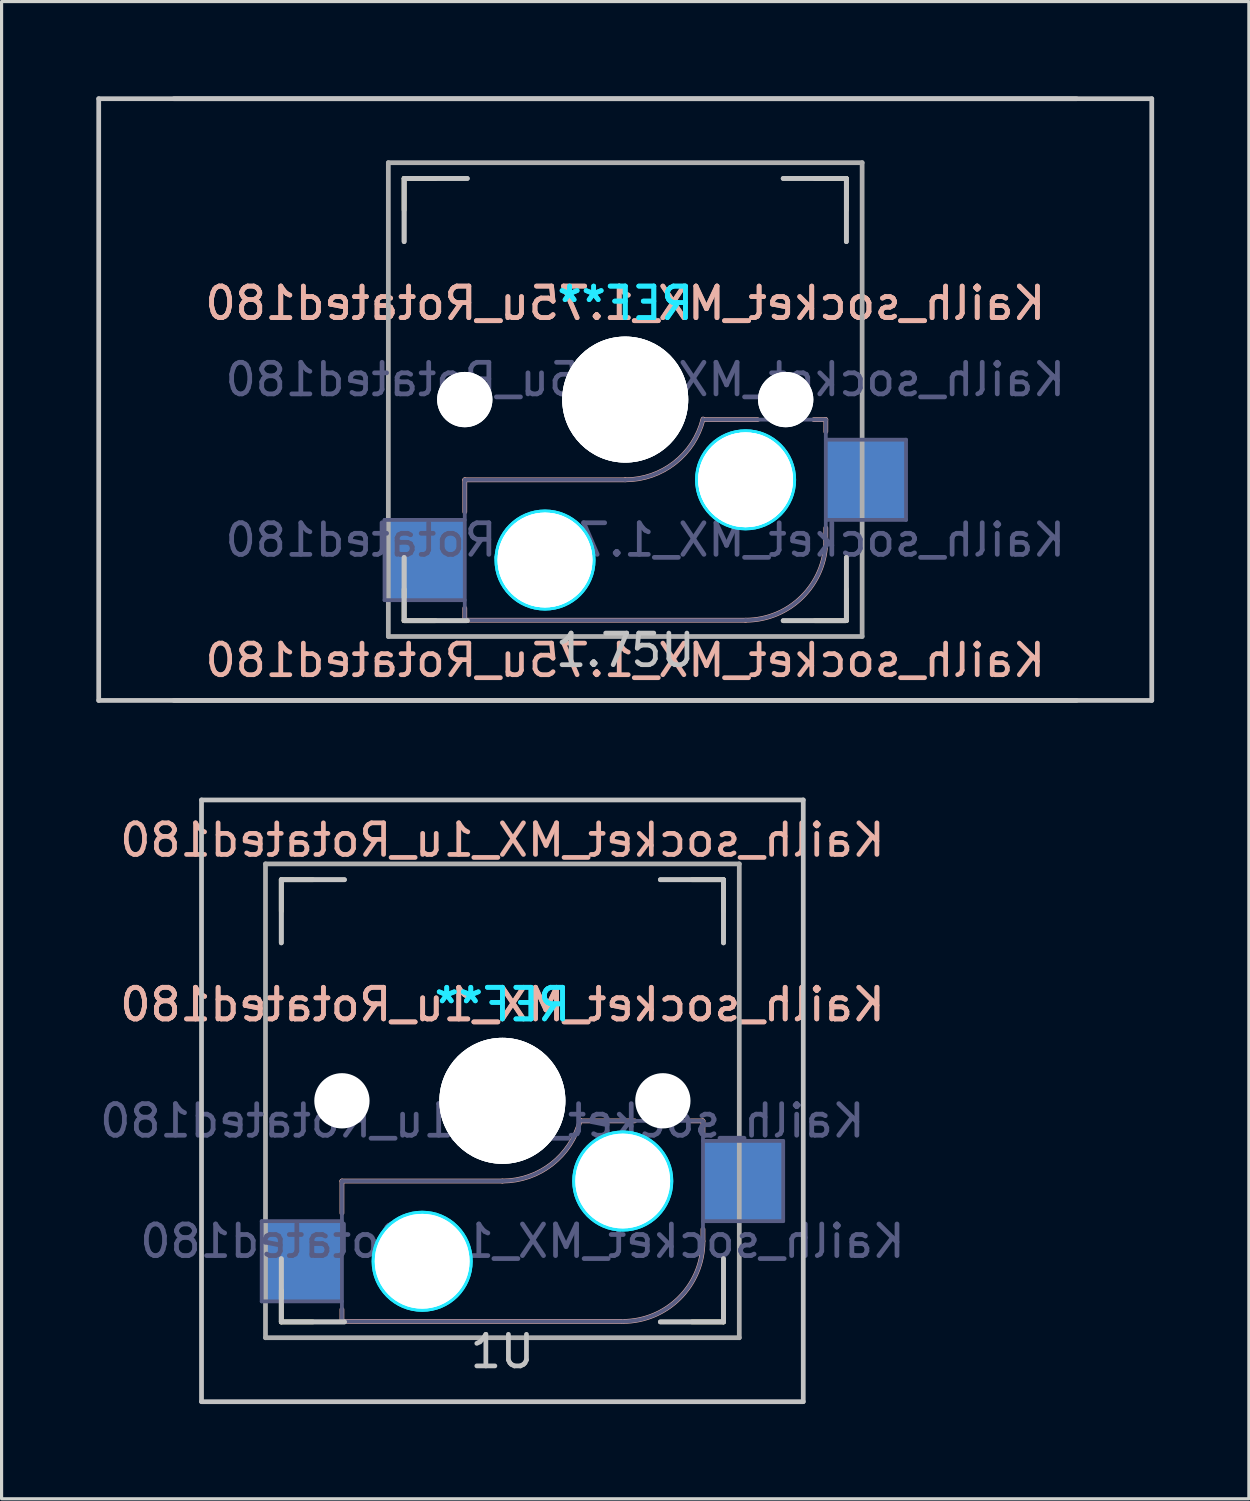
<source format=kicad_pcb>
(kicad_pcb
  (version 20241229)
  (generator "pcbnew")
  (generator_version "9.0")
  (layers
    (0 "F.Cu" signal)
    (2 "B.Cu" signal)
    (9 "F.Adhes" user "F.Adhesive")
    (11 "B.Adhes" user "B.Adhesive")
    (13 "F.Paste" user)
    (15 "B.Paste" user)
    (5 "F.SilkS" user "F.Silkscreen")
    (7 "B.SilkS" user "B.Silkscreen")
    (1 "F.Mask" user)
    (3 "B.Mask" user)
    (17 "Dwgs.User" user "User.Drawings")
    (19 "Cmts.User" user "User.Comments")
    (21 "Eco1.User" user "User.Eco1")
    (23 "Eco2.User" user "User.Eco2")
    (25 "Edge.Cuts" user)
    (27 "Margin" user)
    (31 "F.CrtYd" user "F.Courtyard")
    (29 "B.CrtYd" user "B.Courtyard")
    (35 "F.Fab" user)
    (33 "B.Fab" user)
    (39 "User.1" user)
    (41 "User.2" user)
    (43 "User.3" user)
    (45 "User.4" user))
  (footprint "Kailh_socket_MX_1u_Rotated180"
    (layer "F.Cu")
    (at 12.855 31.8)
    (property "Reference" "Kailh_socket_MX_1u_Rotated180" (at 0 -8.255 0) (layer "B.SilkS") (effects (font (size 1 1) (thickness 0.15)) (justify mirror)))
    (property "Value" "Kailh_socket_MX_1u_Rotated180" (at 0 8.255 0) (layer "F.Fab") (hide yes) (effects (font (size 1 1) (thickness 0.15))))
    (attr smd)
    (fp_line (start -7 -6) (end -7 -7) (stroke (width 0.15) (type solid)) (layer "F.SilkS"))
    (fp_line (start -7 7) (end -7 6) (stroke (width 0.15) (type solid)) (layer "F.SilkS"))
    (fp_line (start -7 7) (end -6 7) (stroke (width 0.15) (type solid)) (layer "F.SilkS"))
    (fp_line (start -6 -7) (end -7 -7) (stroke (width 0.15) (type solid)) (layer "F.SilkS"))
    (fp_line (start 6 7) (end 7 7) (stroke (width 0.15) (type solid)) (layer "F.SilkS"))
    (fp_line (start 7 -7) (end 6 -7) (stroke (width 0.15) (type solid)) (layer "F.SilkS"))
    (fp_line (start 7 -7) (end 7 -6) (stroke (width 0.15) (type solid)) (layer "F.SilkS"))
    (fp_line (start 7 6) (end 7 7) (stroke (width 0.15) (type solid)) (layer "F.SilkS"))
    (fp_line (start -5.08 2.54) (end 0 2.54) (stroke (width 0.15) (type solid)) (layer "B.SilkS"))
    (fp_line (start -5.08 3.556) (end -5.08 2.54) (stroke (width 0.15) (type solid)) (layer "B.SilkS"))
    (fp_line (start -5.08 6.985) (end -5.08 6.604) (stroke (width 0.15) (type solid)) (layer "B.SilkS"))
    (fp_line (start 2.464 0.635) (end 4.191 0.635) (stroke (width 0.15) (type solid)) (layer "B.SilkS"))
    (fp_line (start 3.81 6.985) (end -5.08 6.985) (stroke (width 0.15) (type solid)) (layer "B.SilkS"))
    (fp_line (start 5.969 0.635) (end 6.35 0.635) (stroke (width 0.15) (type solid)) (layer "B.SilkS"))
    (fp_line (start 6.35 1.016) (end 6.35 0.635) (stroke (width 0.15) (type solid)) (layer "B.SilkS"))
    (fp_line (start 6.35 4.445) (end 6.35 4.064) (stroke (width 0.15) (type solid)) (layer "B.SilkS"))
    (fp_arc (start 2.464162 0.61604) (mid 1.563147 2.002042) (end 0 2.54) (stroke (width 0.15) (type solid)) (layer "B.SilkS"))
    (fp_arc (start 6.35 4.445) (mid 5.606051 6.241051) (end 3.81 6.985) (stroke (width 0.15) (type solid)) (layer "B.SilkS"))
    (fp_line (start -9.525 -9.525) (end 9.525 -9.525) (stroke (width 0.15) (type solid)) (layer "Dwgs.User"))
    (fp_line (start -9.525 9.525) (end -9.525 -9.525) (stroke (width 0.15) (type solid)) (layer "Dwgs.User"))
    (fp_line (start -7 -7) (end -7 -5) (stroke (width 0.15) (type solid)) (layer "Dwgs.User"))
    (fp_line (start -7 -7) (end -7 -5) (stroke (width 0.15) (type solid)) (layer "Dwgs.User"))
    (fp_line (start -7 7) (end -7 5) (stroke (width 0.15) (type solid)) (layer "Dwgs.User"))
    (fp_line (start -7 7) (end -7 5) (stroke (width 0.15) (type solid)) (layer "Dwgs.User"))
    (fp_line (start -5 -7) (end -7 -7) (stroke (width 0.15) (type solid)) (layer "Dwgs.User"))
    (fp_line (start -5 -7) (end -7 -7) (stroke (width 0.15) (type solid)) (layer "Dwgs.User"))
    (fp_line (start -5 7) (end -7 7) (stroke (width 0.15) (type solid)) (layer "Dwgs.User"))
    (fp_line (start -5 7) (end -7 7) (stroke (width 0.15) (type solid)) (layer "Dwgs.User"))
    (fp_line (start 5 7) (end 7 7) (stroke (width 0.15) (type solid)) (layer "Dwgs.User"))
    (fp_line (start 5 7) (end 7 7) (stroke (width 0.15) (type solid)) (layer "Dwgs.User"))
    (fp_line (start 7 -7) (end 5 -7) (stroke (width 0.15) (type solid)) (layer "Dwgs.User"))
    (fp_line (start 7 -7) (end 5 -7) (stroke (width 0.15) (type solid)) (layer "Dwgs.User"))
    (fp_line (start 7 -5) (end 7 -7) (stroke (width 0.15) (type solid)) (layer "Dwgs.User"))
    (fp_line (start 7 -5) (end 7 -7) (stroke (width 0.15) (type solid)) (layer "Dwgs.User"))
    (fp_line (start 7 7) (end 7 5) (stroke (width 0.15) (type solid)) (layer "Dwgs.User"))
    (fp_line (start 7 7) (end 7 5) (stroke (width 0.15) (type solid)) (layer "Dwgs.User"))
    (fp_line (start 9.525 -9.525) (end 9.525 9.525) (stroke (width 0.15) (type solid)) (layer "Dwgs.User"))
    (fp_line (start 9.525 9.525) (end -9.525 9.525) (stroke (width 0.15) (type solid)) (layer "Dwgs.User"))
    (fp_line (start -6.9 6.9) (end -6.9 -6.9) (stroke (width 0.15) (type solid)) (layer "Eco2.User"))
    (fp_line (start -6.9 6.9) (end 6.9 6.9) (stroke (width 0.15) (type solid)) (layer "Eco2.User"))
    (fp_line (start 6.9 -6.9) (end -6.9 -6.9) (stroke (width 0.15) (type solid)) (layer "Eco2.User"))
    (fp_line (start 6.9 -6.9) (end 6.9 6.9) (stroke (width 0.15) (type solid)) (layer "Eco2.User"))
    (fp_circle (center -2.54 5.08) (end -2.54 6.604) (stroke (width 0.15) (type solid)) (fill no) (layer "B.CrtYd"))
    (fp_circle (center -2.54 5.08) (end -2.54 6.604) (stroke (width 0.15) (type solid)) (fill no) (layer "B.CrtYd"))
    (fp_circle (center 3.81 2.54) (end 3.81 4.064) (stroke (width 0.15) (type solid)) (fill no) (layer "B.CrtYd"))
    (fp_circle (center 3.81 2.54) (end 3.81 4.064) (stroke (width 0.15) (type solid)) (fill no) (layer "B.CrtYd"))
    (fp_line (start -7.62 3.81) (end -5.08 3.81) (stroke (width 0.12) (type solid)) (layer "B.Fab"))
    (fp_line (start -7.62 6.35) (end -7.62 3.81) (stroke (width 0.12) (type solid)) (layer "B.Fab"))
    (fp_line (start -5.08 2.54) (end 0 2.54) (stroke (width 0.12) (type solid)) (layer "B.Fab"))
    (fp_line (start -5.08 6.35) (end -7.62 6.35) (stroke (width 0.12) (type solid)) (layer "B.Fab"))
    (fp_line (start -5.08 6.985) (end -5.08 2.54) (stroke (width 0.12) (type solid)) (layer "B.Fab"))
    (fp_line (start 3.81 6.985) (end -5.08 6.985) (stroke (width 0.12) (type solid)) (layer "B.Fab"))
    (fp_line (start 6.35 0.635) (end 2.54 0.635) (stroke (width 0.12) (type solid)) (layer "B.Fab"))
    (fp_line (start 6.35 0.635) (end 6.35 4.445) (stroke (width 0.12) (type solid)) (layer "B.Fab"))
    (fp_line (start 6.35 1.27) (end 8.89 1.27) (stroke (width 0.12) (type solid)) (layer "B.Fab"))
    (fp_line (start 8.89 1.27) (end 8.89 3.81) (stroke (width 0.12) (type solid)) (layer "B.Fab"))
    (fp_line (start 8.89 3.81) (end 6.35 3.81) (stroke (width 0.12) (type solid)) (layer "B.Fab"))
    (fp_arc (start 2.464162 0.61604) (mid 1.563147 2.002042) (end 0 2.54) (stroke (width 0.12) (type solid)) (layer "B.Fab"))
    (fp_arc (start 6.35 4.445) (mid 5.606051 6.241051) (end 3.81 6.985) (stroke (width 0.12) (type solid)) (layer "B.Fab"))
    (fp_line (start -7.5 -7.5) (end 7.5 -7.5) (stroke (width 0.15) (type solid)) (layer "F.Fab"))
    (fp_line (start -7.5 7.5) (end -7.5 -7.5) (stroke (width 0.15) (type solid)) (layer "F.Fab"))
    (fp_line (start 7.5 -7.5) (end 7.5 7.5) (stroke (width 0.15) (type solid)) (layer "F.Fab"))
    (fp_line (start 7.5 7.5) (end -7.5 7.5) (stroke (width 0.15) (type solid)) (layer "F.Fab"))
    (fp_text user "${REFERENCE}" (at 0 -3.048 180) (layer "B.SilkS") (effects (font (size 1 1) (thickness 0.15)) (justify mirror)))
    (fp_text user "${REFERENCE}" (at 0 -3.048 180) (layer "B.SilkS") (effects (font (size 1 1) (thickness 0.15)) (justify mirror)))
    (fp_text user "1U" (at 0 7.938 180) (layer "Dwgs.User") (effects (font (size 1 1) (thickness 0.15))))
    (fp_text user "REF**" (at 0 -3.048 180) (layer "B.CrtYd") (effects (font (size 1 1) (thickness 0.15)) (justify mirror)))
    (fp_text user "REF**" (at 0 -3.048 180) (layer "B.CrtYd") (effects (font (size 1 1) (thickness 0.15)) (justify mirror)))
    (fp_text user "${REFERENCE}" (at 0.635 4.445 180) (layer "B.Fab") (effects (font (size 1 1) (thickness 0.15)) (justify mirror)))
    (fp_text user "${VALUE}" (at -0.635 0.635 0) (layer "B.Fab") (effects (font (size 1 1) (thickness 0.15)) (justify mirror)))
    (pad "" np_thru_hole circle (at -5.08 0 180) (size 1.702 1.702) (drill 1.702) (layers "*.Cu" "*.Mask"))
    (pad "" np_thru_hole circle (at -5.08 0 228.1) (size 1.75 1.75) (drill 1.75) (layers "*.Cu" "*.Mask"))
    (pad "" np_thru_hole circle (at -2.54 5.08 180) (size 3 3) (drill 3) (layers "*.Cu" "*.Mask"))
    (pad "" np_thru_hole circle (at -2.54 5.08 180) (size 3 3) (drill 3) (layers "*.Cu" "*.Mask"))
    (pad "" np_thru_hole circle (at 0 0 180) (size 3.988 3.988) (drill 3.988) (layers "*.Cu" "*.Mask"))
    (pad "" np_thru_hole circle (at 0 0 180) (size 3.988 3.988) (drill 3.988) (layers "*.Cu" "*.Mask"))
    (pad "" np_thru_hole circle (at 0 0 180) (size 3.988 3.988) (drill 3.988) (layers "*.Cu" "*.Mask"))
    (pad "" np_thru_hole circle (at 3.81 2.54 180) (size 3 3) (drill 3) (layers "*.Cu" "*.Mask"))
    (pad "" np_thru_hole circle (at 3.81 2.54 180) (size 3 3) (drill 3) (layers "*.Cu" "*.Mask"))
    (pad "" np_thru_hole circle (at 5.08 0 180) (size 1.702 1.702) (drill 1.702) (layers "*.Cu" "*.Mask"))
    (pad "" np_thru_hole circle (at 5.08 0 228.1) (size 1.75 1.75) (drill 1.75) (layers "*.Cu" "*.Mask"))
    (pad "1" smd rect (at 7.62 2.54 180) (size 2.55 2.5) (layers "B.Cu" "B.Mask" "B.Paste"))
    (pad "2" smd rect (at -6.35 5.08 180) (size 2.55 2.5) (layers "B.Cu" "B.Mask" "B.Paste")))
  (footprint "Kailh_socket_MX_1.75u_Rotated180"
    (layer "F.Cu")
    (at 16.744 9.6)
    (property "Reference" "Kailh_socket_MX_1.75u_Rotated180" (at 0 8.255 180) (layer "B.SilkS") (effects (font (size 1 1) (thickness 0.15)) (justify mirror)))
    (property "Value" "Kailh_socket_MX_1.75u_Rotated180" (at 0 8.255 0) (layer "F.Fab") (hide yes) (effects (font (size 1 1) (thickness 0.15))))
    (attr smd)
    (fp_line (start -7 -6) (end -7 -7) (stroke (width 0.15) (type solid)) (layer "F.SilkS"))
    (fp_line (start -7 7) (end -7 6) (stroke (width 0.15) (type solid)) (layer "F.SilkS"))
    (fp_line (start -7 7) (end -6 7) (stroke (width 0.15) (type solid)) (layer "F.SilkS"))
    (fp_line (start -6 -7) (end -7 -7) (stroke (width 0.15) (type solid)) (layer "F.SilkS"))
    (fp_line (start 6 7) (end 7 7) (stroke (width 0.15) (type solid)) (layer "F.SilkS"))
    (fp_line (start 7 -7) (end 6 -7) (stroke (width 0.15) (type solid)) (layer "F.SilkS"))
    (fp_line (start 7 -7) (end 7 -6) (stroke (width 0.15) (type solid)) (layer "F.SilkS"))
    (fp_line (start 7 6) (end 7 7) (stroke (width 0.15) (type solid)) (layer "F.SilkS"))
    (fp_line (start -5.08 2.54) (end 0 2.54) (stroke (width 0.15) (type solid)) (layer "B.SilkS"))
    (fp_line (start -5.08 3.556) (end -5.08 2.54) (stroke (width 0.15) (type solid)) (layer "B.SilkS"))
    (fp_line (start -5.08 6.985) (end -5.08 6.604) (stroke (width 0.15) (type solid)) (layer "B.SilkS"))
    (fp_line (start 2.464 0.635) (end 4.191 0.635) (stroke (width 0.15) (type solid)) (layer "B.SilkS"))
    (fp_line (start 3.81 6.985) (end -5.08 6.985) (stroke (width 0.15) (type solid)) (layer "B.SilkS"))
    (fp_line (start 5.969 0.635) (end 6.35 0.635) (stroke (width 0.15) (type solid)) (layer "B.SilkS"))
    (fp_line (start 6.35 1.016) (end 6.35 0.635) (stroke (width 0.15) (type solid)) (layer "B.SilkS"))
    (fp_line (start 6.35 4.445) (end 6.35 4.064) (stroke (width 0.15) (type solid)) (layer "B.SilkS"))
    (fp_arc (start 2.464162 0.61604) (mid 1.563147 2.002042) (end 0 2.54) (stroke (width 0.15) (type solid)) (layer "B.SilkS"))
    (fp_arc (start 6.35 4.445) (mid 5.606051 6.241051) (end 3.81 6.985) (stroke (width 0.15) (type solid)) (layer "B.SilkS"))
    (fp_line (start -16.669 -9.525) (end 16.669 -9.525) (stroke (width 0.15) (type solid)) (layer "Dwgs.User"))
    (fp_line (start -16.669 9.525) (end -16.669 -9.525) (stroke (width 0.15) (type solid)) (layer "Dwgs.User"))
    (fp_line (start -14.287 -9.525) (end 14.287 -9.525) (stroke (width 0.15) (type solid)) (layer "Dwgs.User"))
    (fp_line (start -7 -7) (end -7 -5) (stroke (width 0.15) (type solid)) (layer "Dwgs.User"))
    (fp_line (start -7 -7) (end -7 -5) (stroke (width 0.15) (type solid)) (layer "Dwgs.User"))
    (fp_line (start -7 7) (end -7 5) (stroke (width 0.15) (type solid)) (layer "Dwgs.User"))
    (fp_line (start -7 7) (end -7 5) (stroke (width 0.15) (type solid)) (layer "Dwgs.User"))
    (fp_line (start -5 -7) (end -7 -7) (stroke (width 0.15) (type solid)) (layer "Dwgs.User"))
    (fp_line (start -5 -7) (end -7 -7) (stroke (width 0.15) (type solid)) (layer "Dwgs.User"))
    (fp_line (start -5 7) (end -7 7) (stroke (width 0.15) (type solid)) (layer "Dwgs.User"))
    (fp_line (start -5 7) (end -7 7) (stroke (width 0.15) (type solid)) (layer "Dwgs.User"))
    (fp_line (start 5 7) (end 7 7) (stroke (width 0.15) (type solid)) (layer "Dwgs.User"))
    (fp_line (start 5 7) (end 7 7) (stroke (width 0.15) (type solid)) (layer "Dwgs.User"))
    (fp_line (start 7 -7) (end 5 -7) (stroke (width 0.15) (type solid)) (layer "Dwgs.User"))
    (fp_line (start 7 -7) (end 5 -7) (stroke (width 0.15) (type solid)) (layer "Dwgs.User"))
    (fp_line (start 7 -5) (end 7 -7) (stroke (width 0.15) (type solid)) (layer "Dwgs.User"))
    (fp_line (start 7 -5) (end 7 -7) (stroke (width 0.15) (type solid)) (layer "Dwgs.User"))
    (fp_line (start 7 7) (end 7 5) (stroke (width 0.15) (type solid)) (layer "Dwgs.User"))
    (fp_line (start 7 7) (end 7 5) (stroke (width 0.15) (type solid)) (layer "Dwgs.User"))
    (fp_line (start 14.287 9.525) (end -14.287 9.525) (stroke (width 0.15) (type solid)) (layer "Dwgs.User"))
    (fp_line (start 16.669 -9.525) (end 16.669 9.525) (stroke (width 0.15) (type solid)) (layer "Dwgs.User"))
    (fp_line (start 16.669 9.525) (end -16.669 9.525) (stroke (width 0.15) (type solid)) (layer "Dwgs.User"))
    (fp_line (start -6.9 6.9) (end -6.9 -6.9) (stroke (width 0.15) (type solid)) (layer "Eco2.User"))
    (fp_line (start -6.9 6.9) (end 6.9 6.9) (stroke (width 0.15) (type solid)) (layer "Eco2.User"))
    (fp_line (start 6.9 -6.9) (end -6.9 -6.9) (stroke (width 0.15) (type solid)) (layer "Eco2.User"))
    (fp_line (start 6.9 -6.9) (end 6.9 6.9) (stroke (width 0.15) (type solid)) (layer "Eco2.User"))
    (fp_circle (center -2.54 5.08) (end -2.54 6.604) (stroke (width 0.15) (type solid)) (fill no) (layer "B.CrtYd"))
    (fp_circle (center -2.54 5.08) (end -2.54 6.604) (stroke (width 0.15) (type solid)) (fill no) (layer "B.CrtYd"))
    (fp_circle (center 3.81 2.54) (end 3.81 4.064) (stroke (width 0.15) (type solid)) (fill no) (layer "B.CrtYd"))
    (fp_circle (center 3.81 2.54) (end 3.81 4.064) (stroke (width 0.15) (type solid)) (fill no) (layer "B.CrtYd"))
    (fp_line (start -7.62 3.81) (end -5.08 3.81) (stroke (width 0.12) (type solid)) (layer "B.Fab"))
    (fp_line (start -7.62 6.35) (end -7.62 3.81) (stroke (width 0.12) (type solid)) (layer "B.Fab"))
    (fp_line (start -5.08 2.54) (end 0 2.54) (stroke (width 0.12) (type solid)) (layer "B.Fab"))
    (fp_line (start -5.08 6.35) (end -7.62 6.35) (stroke (width 0.12) (type solid)) (layer "B.Fab"))
    (fp_line (start -5.08 6.985) (end -5.08 2.54) (stroke (width 0.12) (type solid)) (layer "B.Fab"))
    (fp_line (start 3.81 6.985) (end -5.08 6.985) (stroke (width 0.12) (type solid)) (layer "B.Fab"))
    (fp_line (start 6.35 0.635) (end 2.54 0.635) (stroke (width 0.12) (type solid)) (layer "B.Fab"))
    (fp_line (start 6.35 0.635) (end 6.35 4.445) (stroke (width 0.12) (type solid)) (layer "B.Fab"))
    (fp_line (start 6.35 1.27) (end 8.89 1.27) (stroke (width 0.12) (type solid)) (layer "B.Fab"))
    (fp_line (start 8.89 1.27) (end 8.89 3.81) (stroke (width 0.12) (type solid)) (layer "B.Fab"))
    (fp_line (start 8.89 3.81) (end 6.35 3.81) (stroke (width 0.12) (type solid)) (layer "B.Fab"))
    (fp_arc (start 2.464162 0.61604) (mid 1.563147 2.002042) (end 0 2.54) (stroke (width 0.12) (type solid)) (layer "B.Fab"))
    (fp_arc (start 6.35 4.445) (mid 5.606051 6.241051) (end 3.81 6.985) (stroke (width 0.12) (type solid)) (layer "B.Fab"))
    (fp_line (start -7.5 -7.5) (end 7.5 -7.5) (stroke (width 0.15) (type solid)) (layer "F.Fab"))
    (fp_line (start -7.5 7.5) (end -7.5 -7.5) (stroke (width 0.15) (type solid)) (layer "F.Fab"))
    (fp_line (start 7.5 -7.5) (end 7.5 7.5) (stroke (width 0.15) (type solid)) (layer "F.Fab"))
    (fp_line (start 7.5 7.5) (end -7.5 7.5) (stroke (width 0.15) (type solid)) (layer "F.Fab"))
    (fp_text user "${REFERENCE}" (at 0 -3.048 180) (layer "B.SilkS") (effects (font (size 1 1) (thickness 0.15)) (justify mirror)))
    (fp_text user "${REFERENCE}" (at 0 -3.048 180) (layer "B.SilkS") (effects (font (size 1 1) (thickness 0.15)) (justify mirror)))
    (fp_text user "1.75U" (at 0 7.938 180) (layer "Dwgs.User") (effects (font (size 1 1) (thickness 0.15))))
    (fp_text user "REF**" (at 0 -3.048 180) (layer "B.CrtYd") (effects (font (size 1 1) (thickness 0.15)) (justify mirror)))
    (fp_text user "REF**" (at 0 -3.048 180) (layer "B.CrtYd") (effects (font (size 1 1) (thickness 0.15)) (justify mirror)))
    (fp_text user "${VALUE}" (at 0.635 -0.635 180) (layer "B.Fab") (effects (font (size 1 1) (thickness 0.15)) (justify mirror)))
    (fp_text user "${REFERENCE}" (at 0.635 4.445 180) (layer "B.Fab") (effects (font (size 1 1) (thickness 0.15)) (justify mirror)))
    (pad "" np_thru_hole circle (at -5.08 0 180) (size 1.702 1.702) (drill 1.702) (layers "*.Cu" "*.Mask"))
    (pad "" np_thru_hole circle (at -5.08 0 228.1) (size 1.75 1.75) (drill 1.75) (layers "*.Cu" "*.Mask"))
    (pad "" np_thru_hole circle (at -5.08 0 228.1) (size 1.75 1.75) (drill 1.75) (layers "*.Cu" "*.Mask"))
    (pad "" np_thru_hole circle (at -2.54 5.08 180) (size 3 3) (drill 3) (layers "*.Cu" "*.Mask"))
    (pad "" np_thru_hole circle (at -2.54 5.08 180) (size 3 3) (drill 3) (layers "*.Cu" "*.Mask"))
    (pad "" np_thru_hole circle (at -2.54 5.08 180) (size 3 3) (drill 3) (layers "*.Cu" "*.Mask"))
    (pad "" np_thru_hole circle (at 0 0 180) (size 3.988 3.988) (drill 3.988) (layers "*.Cu" "*.Mask"))
    (pad "" np_thru_hole circle (at 0 0 180) (size 3.988 3.988) (drill 3.988) (layers "*.Cu" "*.Mask"))
    (pad "" np_thru_hole circle (at 0 0 180) (size 3.988 3.988) (drill 3.988) (layers "*.Cu" "*.Mask"))
    (pad "" np_thru_hole circle (at 3.81 2.54 180) (size 3 3) (drill 3) (layers "*.Cu" "*.Mask"))
    (pad "" np_thru_hole circle (at 3.81 2.54 180) (size 3 3) (drill 3) (layers "*.Cu" "*.Mask"))
    (pad "" np_thru_hole circle (at 3.81 2.54 180) (size 3 3) (drill 3) (layers "*.Cu" "*.Mask"))
    (pad "" np_thru_hole circle (at 5.08 0 180) (size 1.702 1.702) (drill 1.702) (layers "*.Cu" "*.Mask"))
    (pad "" np_thru_hole circle (at 5.08 0 228.1) (size 1.75 1.75) (drill 1.75) (layers "*.Cu" "*.Mask"))
    (pad "" np_thru_hole circle (at 5.08 0 228.1) (size 1.75 1.75) (drill 1.75) (layers "*.Cu" "*.Mask"))
    (pad "1" smd rect (at 7.62 2.54 180) (size 2.55 2.5) (layers "B.Cu" "B.Mask" "B.Paste"))
    (pad "2" smd rect (at -6.35 5.08 180) (size 2.55 2.5) (layers "B.Cu" "B.Mask" "B.Paste")))
  (gr_rect
    (start -3 -3)
    (end 36.487 44.4)
    (stroke (width 0.1) (type default))
    (fill no)
    (layer "Edge.Cuts")))
</source>
